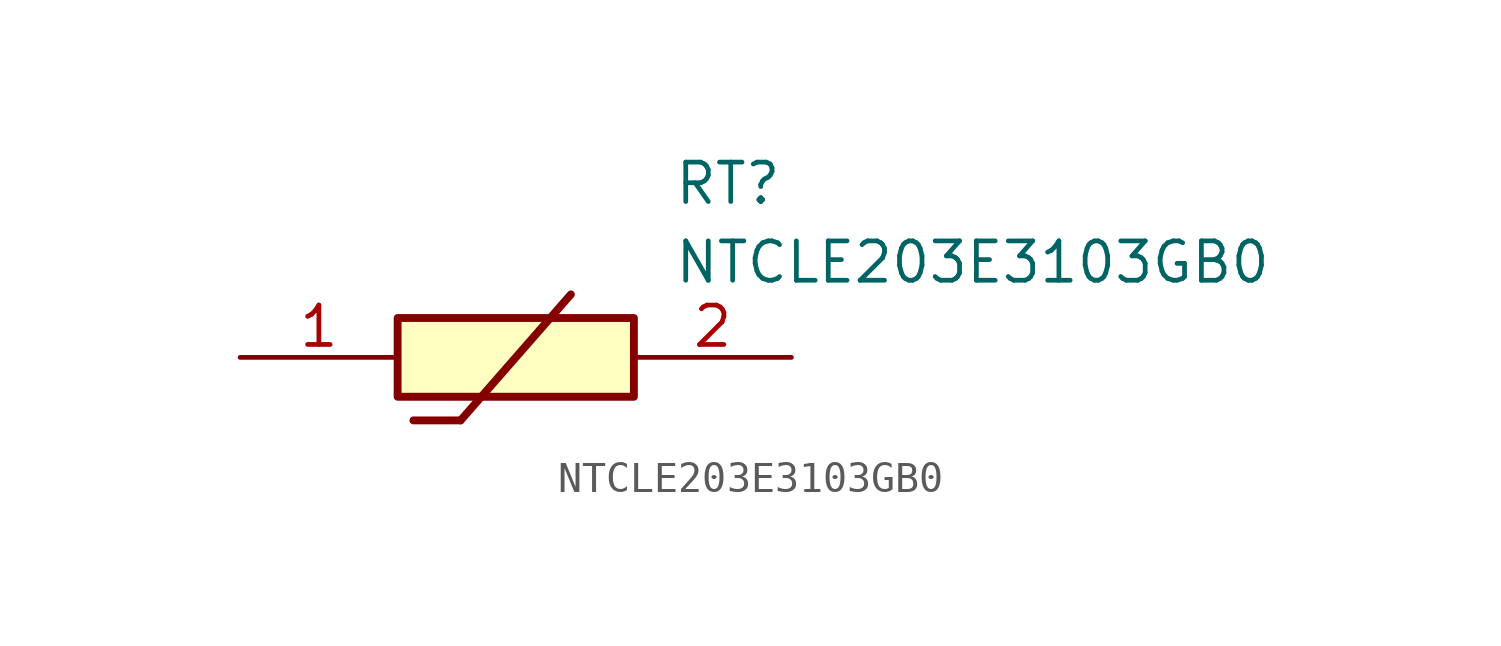
<source format=kicad_sym>
(kicad_symbol_lib
  (version 20211014)
  (generator SamacSys_ECAD_Model)
  (symbol "NTCLE203E3103GB0"
    (pin_names hide)
    (property "Reference" "RT"
      (at 13.97 6.35 0)
      (effects (font (size 1.27 1.27)) (justify left top)))
    (property "Value" "NTCLE203E3103GB0"
      (at 13.97 3.81 0)
      (effects (font (size 1.27 1.27)) (justify left top)))
    (rectangle
      (start 5.08 1.27)
      (end 12.7 -1.27)
      (stroke (width 0.254) (type default))
      (fill (type background)))
    (polyline
      (pts (xy 5.588 -2.032) (xy 7.112 -2.032))
      (stroke (width 0.254) (type default))
      (fill (type none)))
    (polyline
      (pts (xy 10.668 2.032) (xy 7.112 -2.032))
      (stroke (width 0.254) (type default))
      (fill (type none)))
    (pin passive line
      (at 0 0 0)
      (length 5.08)
      (name "1" (effects (font (size 1.27 1.27))))
      (number "1" (effects (font (size 1.27 1.27)))))
    (pin passive line
      (at 17.78 0 180)
      (length 5.08)
      (name "2" (effects (font (size 1.27 1.27))))
      (number "2" (effects (font (size 1.27 1.27)))))))
</source>
